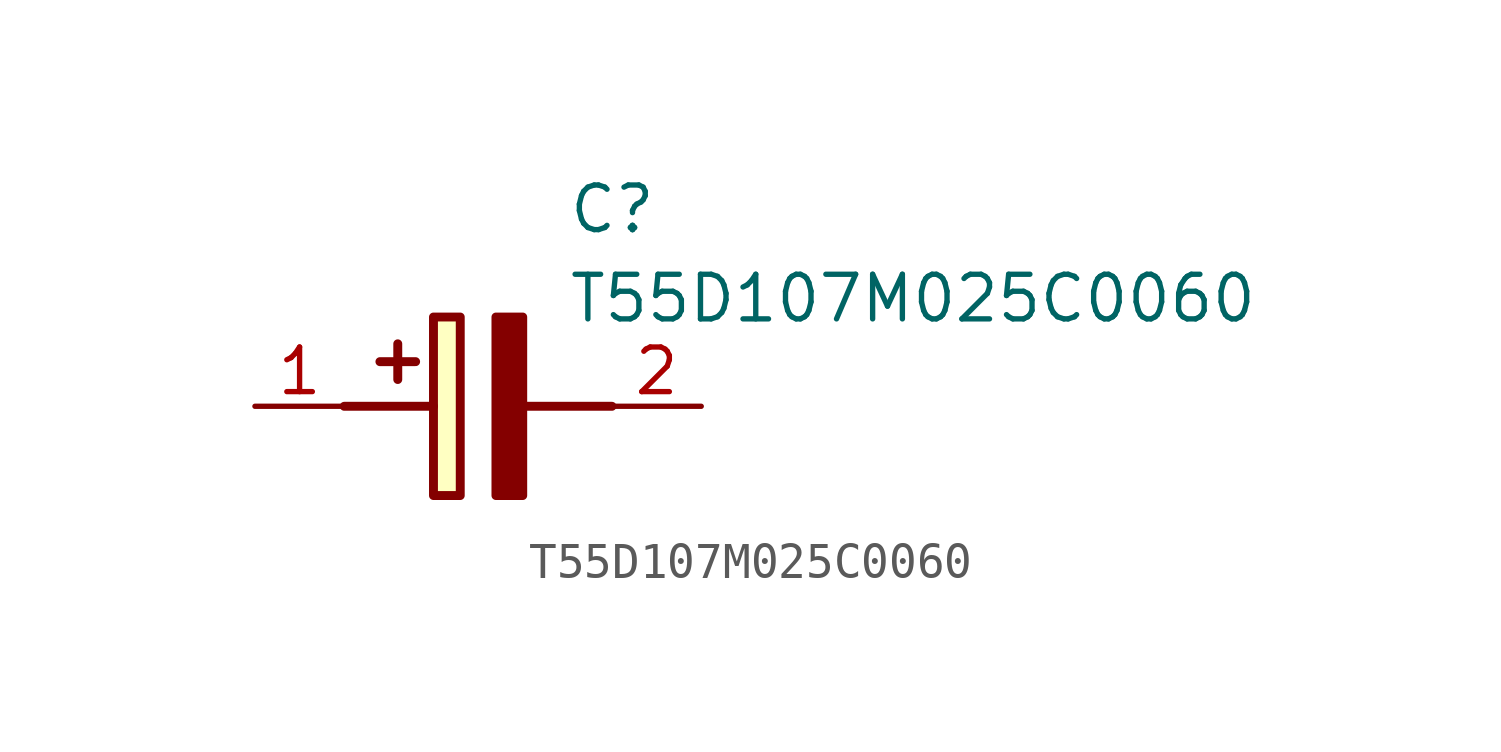
<source format=kicad_sym>
(kicad_symbol_lib
  (version 20211014)
  (generator SamacSys_ECAD_Model)
  (symbol "T55D107M025C0060"
    (pin_names hide)
    (property "Reference" "C"
      (at 8.89 6.35 0)
      (effects (font (size 1.27 1.27)) (justify left top)))
    (property "Value" "T55D107M025C0060"
      (at 8.89 3.81 0)
      (effects (font (size 1.27 1.27)) (justify left top)))
    (rectangle
      (start 5.08 2.54)
      (end 5.842 -2.54)
      (stroke (width 0.254) (type default))
      (fill (type background)))
    (polyline
      (pts (xy 4.572 1.27) (xy 3.556 1.27))
      (stroke (width 0.254) (type default))
      (fill (type none)))
    (polyline
      (pts (xy 4.064 1.778) (xy 4.064 0.762))
      (stroke (width 0.254) (type default))
      (fill (type none)))
    (polyline
      (pts (xy 2.54 0) (xy 5.08 0))
      (stroke (width 0.254) (type default))
      (fill (type none)))
    (polyline
      (pts (xy 7.62 0) (xy 10.16 0))
      (stroke (width 0.254) (type default))
      (fill (type none)))
    (polyline
      (pts (xy 7.62 2.54) (xy 7.62 -2.54) (xy 6.858 -2.54) (xy 6.858 2.54) (xy 7.62 2.54))
      (stroke (width 0.254) (type default))
      (fill (type outline)))
    (pin passive line
      (at 0 0 0)
      (length 2.54)
      (name "+" (effects (font (size 1.27 1.27))))
      (number "1" (effects (font (size 1.27 1.27)))))
    (pin passive line
      (at 12.7 0 180)
      (length 2.54)
      (name "-" (effects (font (size 1.27 1.27))))
      (number "2" (effects (font (size 1.27 1.27)))))))
</source>
